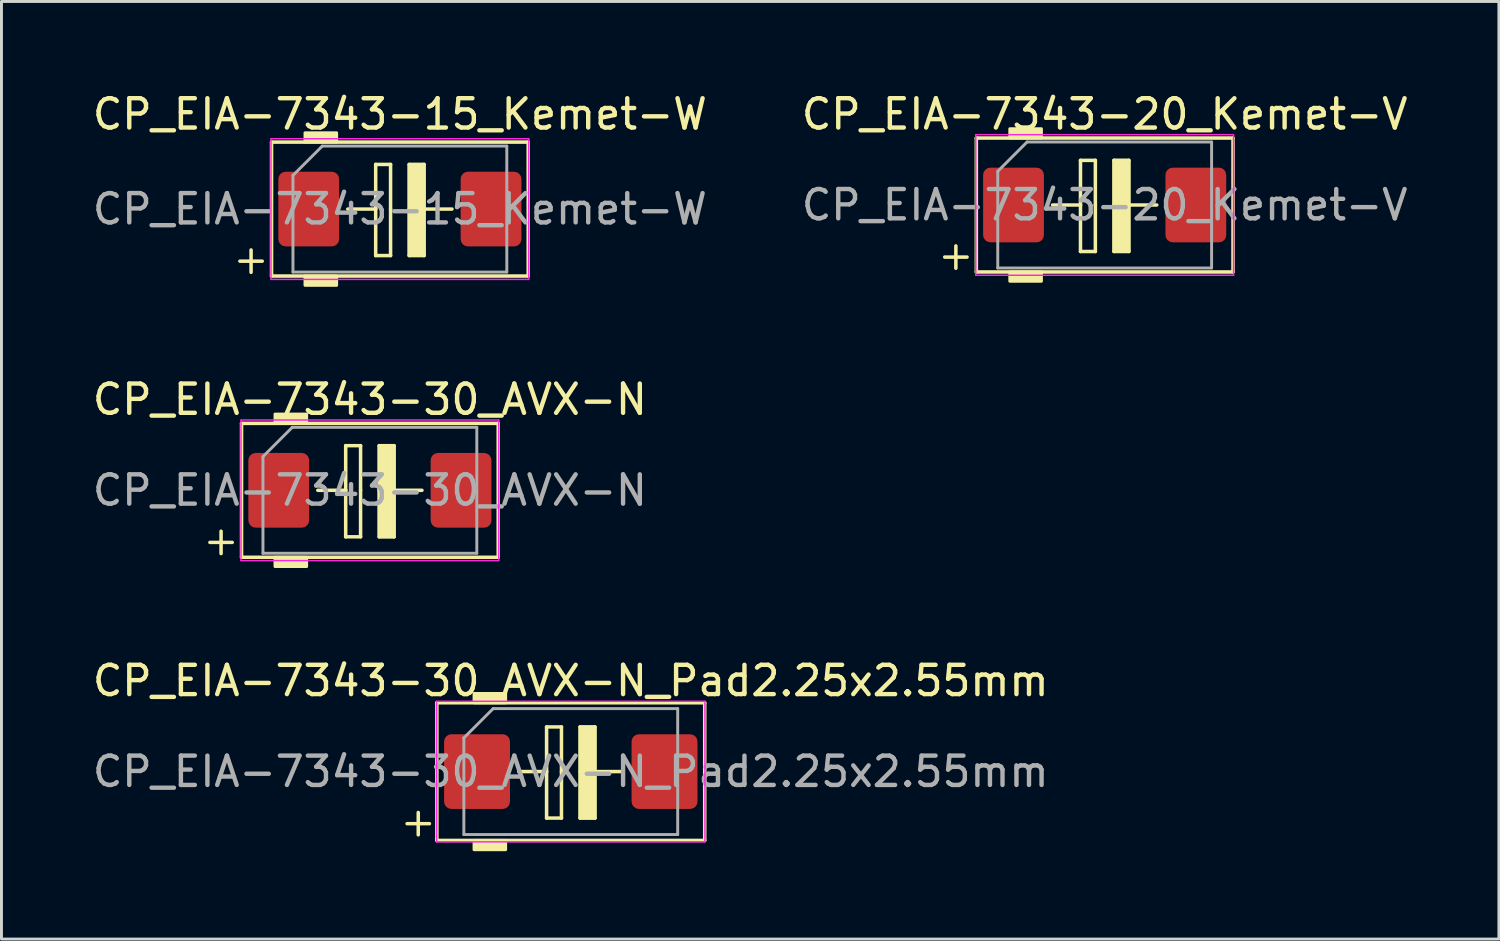
<source format=kicad_pcb>
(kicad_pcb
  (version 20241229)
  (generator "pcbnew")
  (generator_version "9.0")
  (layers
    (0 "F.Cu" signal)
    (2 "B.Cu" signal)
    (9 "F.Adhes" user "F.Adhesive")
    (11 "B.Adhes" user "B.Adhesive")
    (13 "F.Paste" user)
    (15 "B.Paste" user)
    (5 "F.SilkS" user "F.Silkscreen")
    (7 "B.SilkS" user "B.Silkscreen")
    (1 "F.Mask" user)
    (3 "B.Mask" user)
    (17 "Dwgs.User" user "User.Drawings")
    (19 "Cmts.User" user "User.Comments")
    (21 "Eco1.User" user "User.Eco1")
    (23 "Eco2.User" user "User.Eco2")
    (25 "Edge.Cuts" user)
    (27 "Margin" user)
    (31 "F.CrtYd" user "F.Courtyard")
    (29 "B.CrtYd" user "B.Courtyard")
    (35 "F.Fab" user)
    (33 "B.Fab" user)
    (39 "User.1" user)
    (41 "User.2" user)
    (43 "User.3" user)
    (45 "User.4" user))
  (footprint "CP_EIA-7343-30_AVX-N"
    (layer "F.Cu")
    (at 9.577 13.688)
    (property "Reference" "CP_EIA-7343-30_AVX-N" (at 0 -3.1 0) (layer "F.SilkS") (effects (font (size 1 1) (thickness 0.15))))
    (attr smd)
    (fp_line (start -5.461 1.778) (end -4.699 1.778) (stroke (width 0.12) (type solid)) (layer "F.SilkS"))
    (fp_line (start -5.08 1.397) (end -5.08 2.159) (stroke (width 0.12) (type solid)) (layer "F.SilkS"))
    (fp_line (start -4.381 -2.286) (end -4.381 2.286) (stroke (width 0.12) (type solid)) (layer "F.SilkS"))
    (fp_line (start -4.381 2.286) (end 4.381 2.286) (stroke (width 0.12) (type solid)) (layer "F.SilkS"))
    (fp_line (start -1.778 0) (end -0.826 0) (stroke (width 0.12) (type solid)) (layer "F.SilkS"))
    (fp_line (start -0.826 -1.524) (end -0.826 0) (stroke (width 0.12) (type solid)) (layer "F.SilkS"))
    (fp_line (start -0.826 1.587) (end -0.826 0) (stroke (width 0.12) (type solid)) (layer "F.SilkS"))
    (fp_line (start -0.826 1.587) (end -0.318 1.587) (stroke (width 0.12) (type solid)) (layer "F.SilkS"))
    (fp_line (start -0.318 -1.524) (end -0.826 -1.524) (stroke (width 0.12) (type solid)) (layer "F.SilkS"))
    (fp_line (start -0.318 -1.524) (end -0.318 0) (stroke (width 0.12) (type solid)) (layer "F.SilkS"))
    (fp_line (start -0.318 1.587) (end -0.318 0) (stroke (width 0.12) (type solid)) (layer "F.SilkS"))
    (fp_line (start 0.318 -1.524) (end 0.318 0) (stroke (width 0.12) (type solid)) (layer "F.SilkS"))
    (fp_line (start 0.318 1.587) (end 0.318 0) (stroke (width 0.12) (type solid)) (layer "F.SilkS"))
    (fp_line (start 0.318 1.587) (end 0.826 1.587) (stroke (width 0.12) (type solid)) (layer "F.SilkS"))
    (fp_line (start 0.826 -1.524) (end 0.318 -1.524) (stroke (width 0.12) (type solid)) (layer "F.SilkS"))
    (fp_line (start 0.826 -1.524) (end 0.826 0) (stroke (width 0.12) (type solid)) (layer "F.SilkS"))
    (fp_line (start 0.826 0) (end 1.778 0) (stroke (width 0.12) (type solid)) (layer "F.SilkS"))
    (fp_line (start 0.826 1.587) (end 0.826 0) (stroke (width 0.12) (type solid)) (layer "F.SilkS"))
    (fp_line (start 4.381 -2.286) (end -4.381 -2.286) (stroke (width 0.12) (type solid)) (layer "F.SilkS"))
    (fp_line (start 4.381 2.286) (end 4.381 -2.286) (stroke (width 0.12) (type solid)) (layer "F.SilkS"))
    (fp_poly (pts (xy -2.159 -2.286) (xy -3.239 -2.286) (xy -3.239 -2.603) (xy -2.159 -2.603)) (stroke (width 0.1) (type solid)) (fill yes) (layer "F.SilkS"))
    (fp_poly (pts (xy -2.159 2.603) (xy -3.239 2.603) (xy -3.239 2.286) (xy -2.159 2.286)) (stroke (width 0.1) (type solid)) (fill yes) (layer "F.SilkS"))
    (fp_poly (pts (xy 0.826 1.587) (xy 0.318 1.587) (xy 0.318 -1.524) (xy 0.826 -1.524)) (stroke (width 0.1) (type solid)) (fill yes) (layer "F.SilkS"))
    (fp_line (start -4.4 -2.4) (end 4.4 -2.4) (stroke (width 0.05) (type solid)) (layer "F.CrtYd"))
    (fp_line (start -4.4 2.4) (end -4.4 -2.4) (stroke (width 0.05) (type solid)) (layer "F.CrtYd"))
    (fp_line (start 4.4 -2.4) (end 4.4 2.4) (stroke (width 0.05) (type solid)) (layer "F.CrtYd"))
    (fp_line (start 4.4 2.4) (end -4.4 2.4) (stroke (width 0.05) (type solid)) (layer "F.CrtYd"))
    (fp_line (start -3.65 -1.15) (end -3.65 2.15) (stroke (width 0.1) (type solid)) (layer "F.Fab"))
    (fp_line (start -3.65 2.15) (end 3.65 2.15) (stroke (width 0.1) (type solid)) (layer "F.Fab"))
    (fp_line (start -2.65 -2.15) (end -3.65 -1.15) (stroke (width 0.1) (type solid)) (layer "F.Fab"))
    (fp_line (start 3.65 -2.15) (end -2.65 -2.15) (stroke (width 0.1) (type solid)) (layer "F.Fab"))
    (fp_line (start 3.65 2.15) (end 3.65 -2.15) (stroke (width 0.1) (type solid)) (layer "F.Fab"))
    (fp_text user "${REFERENCE}" (at 0 0 0) (layer "F.Fab") (effects (font (size 1 1) (thickness 0.15))))
    (pad "1" smd roundrect (at -3.112 0) (size 2.075 2.55) (layers "F.Cu" "F.Mask" "F.Paste") (roundrect_rratio 0.12))
    (pad "2" smd roundrect (at 3.112 0) (size 2.075 2.55) (layers "F.Cu" "F.Mask" "F.Paste") (roundrect_rratio 0.12)))
  (footprint "CP_EIA-7343-30_AVX-N_Pad2.25x2.55mm"
    (layer "F.Cu")
    (at 16.435 23.29)
    (property "Reference" "CP_EIA-7343-30_AVX-N_Pad2.25x2.55mm" (at 0 -3.1 0) (layer "F.SilkS") (effects (font (size 1 1) (thickness 0.15))))
    (attr smd)
    (fp_line (start -5.588 1.778) (end -4.826 1.778) (stroke (width 0.12) (type solid)) (layer "F.SilkS"))
    (fp_line (start -5.207 1.397) (end -5.207 2.159) (stroke (width 0.12) (type solid)) (layer "F.SilkS"))
    (fp_line (start -4.572 -2.349) (end -4.572 2.349) (stroke (width 0.12) (type solid)) (layer "F.SilkS"))
    (fp_line (start -4.572 2.349) (end 4.572 2.349) (stroke (width 0.12) (type solid)) (layer "F.SilkS"))
    (fp_line (start -1.778 0) (end -0.826 0) (stroke (width 0.12) (type solid)) (layer "F.SilkS"))
    (fp_line (start -0.826 -1.524) (end -0.826 0) (stroke (width 0.12) (type solid)) (layer "F.SilkS"))
    (fp_line (start -0.826 1.587) (end -0.826 0) (stroke (width 0.12) (type solid)) (layer "F.SilkS"))
    (fp_line (start -0.826 1.587) (end -0.318 1.587) (stroke (width 0.12) (type solid)) (layer "F.SilkS"))
    (fp_line (start -0.318 -1.524) (end -0.826 -1.524) (stroke (width 0.12) (type solid)) (layer "F.SilkS"))
    (fp_line (start -0.318 -1.524) (end -0.318 0) (stroke (width 0.12) (type solid)) (layer "F.SilkS"))
    (fp_line (start -0.318 1.587) (end -0.318 0) (stroke (width 0.12) (type solid)) (layer "F.SilkS"))
    (fp_line (start 0.318 -1.524) (end 0.318 0) (stroke (width 0.12) (type solid)) (layer "F.SilkS"))
    (fp_line (start 0.318 1.587) (end 0.318 0) (stroke (width 0.12) (type solid)) (layer "F.SilkS"))
    (fp_line (start 0.318 1.587) (end 0.826 1.587) (stroke (width 0.12) (type solid)) (layer "F.SilkS"))
    (fp_line (start 0.826 -1.524) (end 0.318 -1.524) (stroke (width 0.12) (type solid)) (layer "F.SilkS"))
    (fp_line (start 0.826 -1.524) (end 0.826 0) (stroke (width 0.12) (type solid)) (layer "F.SilkS"))
    (fp_line (start 0.826 0) (end 1.778 0) (stroke (width 0.12) (type solid)) (layer "F.SilkS"))
    (fp_line (start 0.826 1.587) (end 0.826 0) (stroke (width 0.12) (type solid)) (layer "F.SilkS"))
    (fp_line (start 4.572 -2.349) (end -4.572 -2.349) (stroke (width 0.12) (type solid)) (layer "F.SilkS"))
    (fp_line (start 4.572 2.349) (end 4.572 -2.349) (stroke (width 0.12) (type solid)) (layer "F.SilkS"))
    (fp_poly (pts (xy -2.223 -2.349) (xy -3.302 -2.349) (xy -3.302 -2.667) (xy -2.223 -2.667)) (stroke (width 0.1) (type solid)) (fill yes) (layer "F.SilkS"))
    (fp_poly (pts (xy -2.223 2.667) (xy -3.302 2.667) (xy -3.302 2.349) (xy -2.223 2.349)) (stroke (width 0.1) (type solid)) (fill yes) (layer "F.SilkS"))
    (fp_poly (pts (xy 0.826 1.587) (xy 0.318 1.587) (xy 0.318 -1.524) (xy 0.826 -1.524)) (stroke (width 0.1) (type solid)) (fill yes) (layer "F.SilkS"))
    (fp_line (start -4.58 -2.4) (end 4.58 -2.4) (stroke (width 0.05) (type solid)) (layer "F.CrtYd"))
    (fp_line (start -4.58 2.4) (end -4.58 -2.4) (stroke (width 0.05) (type solid)) (layer "F.CrtYd"))
    (fp_line (start 4.58 -2.4) (end 4.58 2.4) (stroke (width 0.05) (type solid)) (layer "F.CrtYd"))
    (fp_line (start 4.58 2.4) (end -4.58 2.4) (stroke (width 0.05) (type solid)) (layer "F.CrtYd"))
    (fp_line (start -3.65 -1.15) (end -3.65 2.15) (stroke (width 0.1) (type solid)) (layer "F.Fab"))
    (fp_line (start -3.65 2.15) (end 3.65 2.15) (stroke (width 0.1) (type solid)) (layer "F.Fab"))
    (fp_line (start -2.65 -2.15) (end -3.65 -1.15) (stroke (width 0.1) (type solid)) (layer "F.Fab"))
    (fp_line (start 3.65 -2.15) (end -2.65 -2.15) (stroke (width 0.1) (type solid)) (layer "F.Fab"))
    (fp_line (start 3.65 2.15) (end 3.65 -2.15) (stroke (width 0.1) (type solid)) (layer "F.Fab"))
    (fp_text user "${REFERENCE}" (at 0 0 0) (layer "F.Fab") (effects (font (size 1 1) (thickness 0.15))))
    (pad "1" smd roundrect (at -3.2 0) (size 2.25 2.55) (layers "F.Cu" "F.Mask" "F.Paste") (roundrect_rratio 0.111))
    (pad "2" smd roundrect (at 3.2 0) (size 2.25 2.55) (layers "F.Cu" "F.Mask" "F.Paste") (roundrect_rratio 0.111)))
  (footprint "CP_EIA-7343-20_Kemet-V"
    (layer "F.Cu")
    (at 34.661 3.948)
    (property "Reference" "CP_EIA-7343-20_Kemet-V" (at 0 -3.1 0) (layer "F.SilkS") (effects (font (size 1 1) (thickness 0.15))))
    (attr smd)
    (fp_line (start -5.461 1.778) (end -4.699 1.778) (stroke (width 0.12) (type solid)) (layer "F.SilkS"))
    (fp_line (start -5.08 1.397) (end -5.08 2.159) (stroke (width 0.12) (type solid)) (layer "F.SilkS"))
    (fp_line (start -4.381 -2.286) (end -4.381 2.286) (stroke (width 0.12) (type solid)) (layer "F.SilkS"))
    (fp_line (start -4.381 2.286) (end 4.381 2.286) (stroke (width 0.12) (type solid)) (layer "F.SilkS"))
    (fp_line (start -1.778 0) (end -0.826 0) (stroke (width 0.12) (type solid)) (layer "F.SilkS"))
    (fp_line (start -0.826 -1.524) (end -0.826 0) (stroke (width 0.12) (type solid)) (layer "F.SilkS"))
    (fp_line (start -0.826 1.587) (end -0.826 0) (stroke (width 0.12) (type solid)) (layer "F.SilkS"))
    (fp_line (start -0.826 1.587) (end -0.318 1.587) (stroke (width 0.12) (type solid)) (layer "F.SilkS"))
    (fp_line (start -0.318 -1.524) (end -0.826 -1.524) (stroke (width 0.12) (type solid)) (layer "F.SilkS"))
    (fp_line (start -0.318 -1.524) (end -0.318 0) (stroke (width 0.12) (type solid)) (layer "F.SilkS"))
    (fp_line (start -0.318 1.587) (end -0.318 0) (stroke (width 0.12) (type solid)) (layer "F.SilkS"))
    (fp_line (start 0.318 -1.524) (end 0.318 0) (stroke (width 0.12) (type solid)) (layer "F.SilkS"))
    (fp_line (start 0.318 1.587) (end 0.318 0) (stroke (width 0.12) (type solid)) (layer "F.SilkS"))
    (fp_line (start 0.318 1.587) (end 0.826 1.587) (stroke (width 0.12) (type solid)) (layer "F.SilkS"))
    (fp_line (start 0.826 -1.524) (end 0.318 -1.524) (stroke (width 0.12) (type solid)) (layer "F.SilkS"))
    (fp_line (start 0.826 -1.524) (end 0.826 0) (stroke (width 0.12) (type solid)) (layer "F.SilkS"))
    (fp_line (start 0.826 0) (end 1.778 0) (stroke (width 0.12) (type solid)) (layer "F.SilkS"))
    (fp_line (start 0.826 1.587) (end 0.826 0) (stroke (width 0.12) (type solid)) (layer "F.SilkS"))
    (fp_line (start 4.381 -2.286) (end -4.381 -2.286) (stroke (width 0.12) (type solid)) (layer "F.SilkS"))
    (fp_line (start 4.381 2.286) (end 4.381 -2.286) (stroke (width 0.12) (type solid)) (layer "F.SilkS"))
    (fp_poly (pts (xy -2.159 -2.286) (xy -3.239 -2.286) (xy -3.239 -2.603) (xy -2.159 -2.603)) (stroke (width 0.1) (type solid)) (fill yes) (layer "F.SilkS"))
    (fp_poly (pts (xy -2.159 2.603) (xy -3.239 2.603) (xy -3.239 2.286) (xy -2.159 2.286)) (stroke (width 0.1) (type solid)) (fill yes) (layer "F.SilkS"))
    (fp_poly (pts (xy 0.826 1.587) (xy 0.318 1.587) (xy 0.318 -1.524) (xy 0.826 -1.524)) (stroke (width 0.1) (type solid)) (fill yes) (layer "F.SilkS"))
    (fp_line (start -4.4 -2.4) (end 4.4 -2.4) (stroke (width 0.05) (type solid)) (layer "F.CrtYd"))
    (fp_line (start -4.4 2.4) (end -4.4 -2.4) (stroke (width 0.05) (type solid)) (layer "F.CrtYd"))
    (fp_line (start 4.4 -2.4) (end 4.4 2.4) (stroke (width 0.05) (type solid)) (layer "F.CrtYd"))
    (fp_line (start 4.4 2.4) (end -4.4 2.4) (stroke (width 0.05) (type solid)) (layer "F.CrtYd"))
    (fp_line (start -3.65 -1.15) (end -3.65 2.15) (stroke (width 0.1) (type solid)) (layer "F.Fab"))
    (fp_line (start -3.65 2.15) (end 3.65 2.15) (stroke (width 0.1) (type solid)) (layer "F.Fab"))
    (fp_line (start -2.65 -2.15) (end -3.65 -1.15) (stroke (width 0.1) (type solid)) (layer "F.Fab"))
    (fp_line (start 3.65 -2.15) (end -2.65 -2.15) (stroke (width 0.1) (type solid)) (layer "F.Fab"))
    (fp_line (start 3.65 2.15) (end 3.65 -2.15) (stroke (width 0.1) (type solid)) (layer "F.Fab"))
    (fp_text user "${REFERENCE}" (at 0 0 0) (layer "F.Fab") (effects (font (size 1 1) (thickness 0.15))))
    (pad "1" smd roundrect (at -3.112 0) (size 2.075 2.55) (layers "F.Cu" "F.Mask" "F.Paste") (roundrect_rratio 0.12))
    (pad "2" smd roundrect (at 3.112 0) (size 2.075 2.55) (layers "F.Cu" "F.Mask" "F.Paste") (roundrect_rratio 0.12)))
  (footprint "CP_EIA-7343-15_Kemet-W"
    (layer "F.Cu")
    (at 10.601 4.087)
    (property "Reference" "CP_EIA-7343-15_Kemet-W" (at 0 -3.239 0) (layer "F.SilkS") (effects (font (size 1 1) (thickness 0.15))))
    (attr smd)
    (fp_line (start -5.461 1.778) (end -4.699 1.778) (stroke (width 0.12) (type solid)) (layer "F.SilkS"))
    (fp_line (start -5.08 1.397) (end -5.08 2.159) (stroke (width 0.12) (type solid)) (layer "F.SilkS"))
    (fp_line (start -4.381 -2.286) (end -4.381 2.286) (stroke (width 0.12) (type solid)) (layer "F.SilkS"))
    (fp_line (start -4.381 2.286) (end 4.381 2.286) (stroke (width 0.12) (type solid)) (layer "F.SilkS"))
    (fp_line (start -1.778 0) (end -0.826 0) (stroke (width 0.12) (type solid)) (layer "F.SilkS"))
    (fp_line (start -0.826 -1.524) (end -0.826 0) (stroke (width 0.12) (type solid)) (layer "F.SilkS"))
    (fp_line (start -0.826 1.587) (end -0.826 0) (stroke (width 0.12) (type solid)) (layer "F.SilkS"))
    (fp_line (start -0.826 1.587) (end -0.318 1.587) (stroke (width 0.12) (type solid)) (layer "F.SilkS"))
    (fp_line (start -0.318 -1.524) (end -0.826 -1.524) (stroke (width 0.12) (type solid)) (layer "F.SilkS"))
    (fp_line (start -0.318 -1.524) (end -0.318 0) (stroke (width 0.12) (type solid)) (layer "F.SilkS"))
    (fp_line (start -0.318 1.587) (end -0.318 0) (stroke (width 0.12) (type solid)) (layer "F.SilkS"))
    (fp_line (start 0.318 -1.524) (end 0.318 0) (stroke (width 0.12) (type solid)) (layer "F.SilkS"))
    (fp_line (start 0.318 1.587) (end 0.318 0) (stroke (width 0.12) (type solid)) (layer "F.SilkS"))
    (fp_line (start 0.318 1.587) (end 0.826 1.587) (stroke (width 0.12) (type solid)) (layer "F.SilkS"))
    (fp_line (start 0.826 -1.524) (end 0.318 -1.524) (stroke (width 0.12) (type solid)) (layer "F.SilkS"))
    (fp_line (start 0.826 -1.524) (end 0.826 0) (stroke (width 0.12) (type solid)) (layer "F.SilkS"))
    (fp_line (start 0.826 0) (end 1.778 0) (stroke (width 0.12) (type solid)) (layer "F.SilkS"))
    (fp_line (start 0.826 1.587) (end 0.826 0) (stroke (width 0.12) (type solid)) (layer "F.SilkS"))
    (fp_line (start 4.381 -2.286) (end -4.381 -2.286) (stroke (width 0.12) (type solid)) (layer "F.SilkS"))
    (fp_line (start 4.381 2.286) (end 4.381 -2.286) (stroke (width 0.12) (type solid)) (layer "F.SilkS"))
    (fp_poly (pts (xy -2.159 -2.286) (xy -3.239 -2.286) (xy -3.239 -2.603) (xy -2.159 -2.603)) (stroke (width 0.1) (type solid)) (fill yes) (layer "F.SilkS"))
    (fp_poly (pts (xy -2.159 2.603) (xy -3.239 2.603) (xy -3.239 2.286) (xy -2.159 2.286)) (stroke (width 0.1) (type solid)) (fill yes) (layer "F.SilkS"))
    (fp_poly (pts (xy 0.826 1.587) (xy 0.318 1.587) (xy 0.318 -1.524) (xy 0.826 -1.524)) (stroke (width 0.1) (type solid)) (fill yes) (layer "F.SilkS"))
    (fp_line (start -4.4 -2.4) (end 4.4 -2.4) (stroke (width 0.05) (type solid)) (layer "F.CrtYd"))
    (fp_line (start -4.4 2.4) (end -4.4 -2.4) (stroke (width 0.05) (type solid)) (layer "F.CrtYd"))
    (fp_line (start 4.4 -2.4) (end 4.4 2.4) (stroke (width 0.05) (type solid)) (layer "F.CrtYd"))
    (fp_line (start 4.4 2.4) (end -4.4 2.4) (stroke (width 0.05) (type solid)) (layer "F.CrtYd"))
    (fp_line (start -3.65 -1.15) (end -3.65 2.15) (stroke (width 0.1) (type solid)) (layer "F.Fab"))
    (fp_line (start -3.65 2.15) (end 3.65 2.15) (stroke (width 0.1) (type solid)) (layer "F.Fab"))
    (fp_line (start -2.65 -2.15) (end -3.65 -1.15) (stroke (width 0.1) (type solid)) (layer "F.Fab"))
    (fp_line (start 3.65 -2.15) (end -2.65 -2.15) (stroke (width 0.1) (type solid)) (layer "F.Fab"))
    (fp_line (start 3.65 2.15) (end 3.65 -2.15) (stroke (width 0.1) (type solid)) (layer "F.Fab"))
    (fp_text user "${REFERENCE}" (at 0 0 0) (layer "F.Fab") (effects (font (size 1 1) (thickness 0.15))))
    (pad "1" smd roundrect (at -3.112 0) (size 2.075 2.55) (layers "F.Cu" "F.Mask" "F.Paste") (roundrect_rratio 0.12))
    (pad "2" smd roundrect (at 3.112 0) (size 2.075 2.55) (layers "F.Cu" "F.Mask" "F.Paste") (roundrect_rratio 0.12)))
  (gr_rect
    (start -3 -3)
    (end 48.119 29.007)
    (stroke (width 0.1) (type default))
    (fill no)
    (layer "Edge.Cuts")))
</source>
